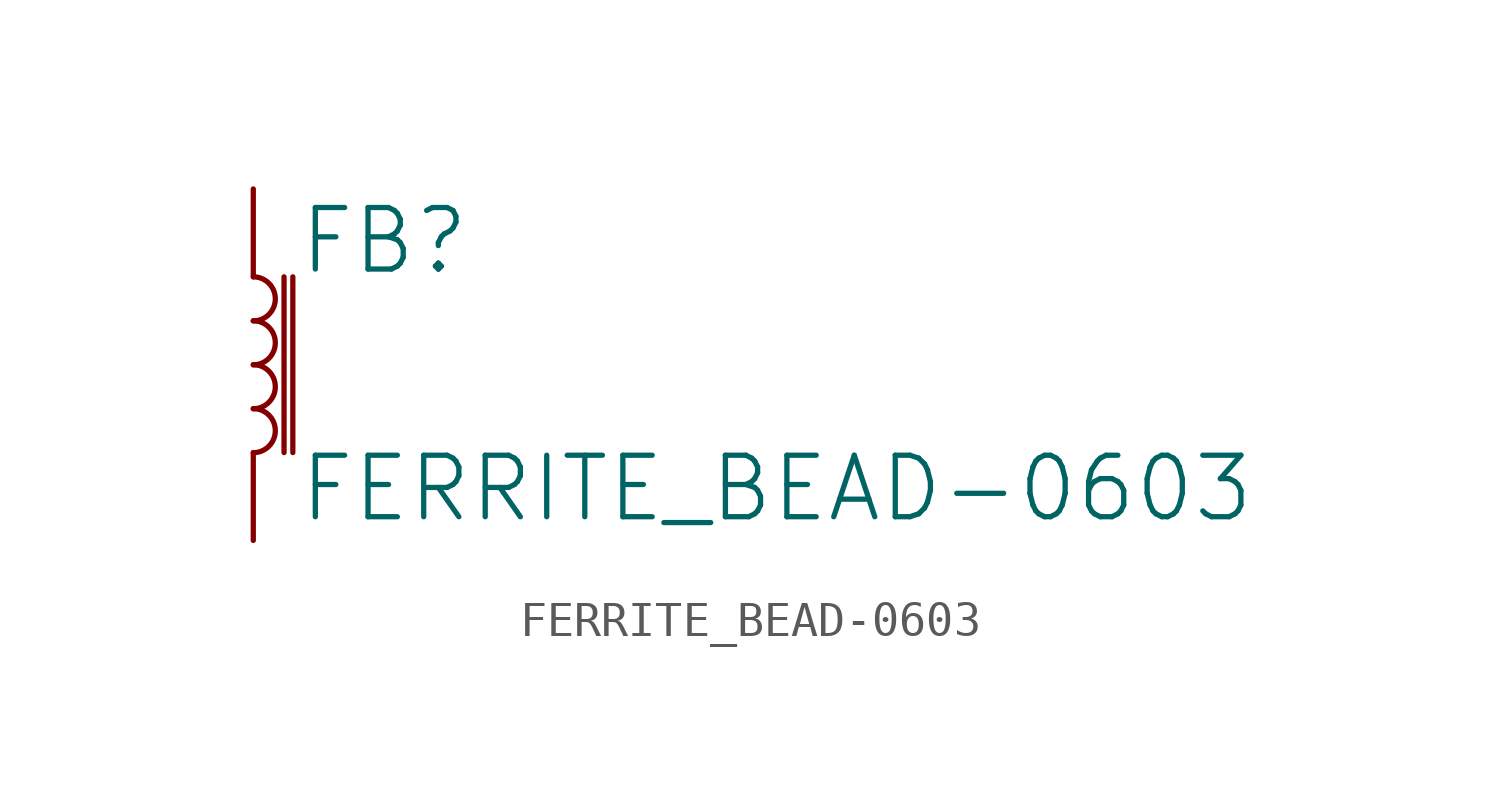
<source format=kicad_sym>
(kicad_symbol_lib
  (version 20211014)
  (generator kicad_symbol_editor)
  (symbol "FERRITE_BEAD-0603"
    (property "Reference" "FB"
      (at 1.27 2.54 0)
      (effects (font (size 1.778 1.778)) (justify left bottom)))
    (property "Value" "FERRITE_BEAD-0603"
      (at 1.27 -2.54 0)
      (effects (font (size 1.778 1.778)) (justify left top)))
    (property "ki_locked" ""
      (at 0 0 0)
      (effects (font (size 1.27 1.27))))
    (symbol "FERRITE_BEAD-0603_1_0"
      (arc (start 0 -2.54) (mid 0.635 -1.905) (end 0 -1.27) (stroke (width 0.1524) (type default) (color 0 0 0 0)) (fill (type none)))
      (arc (start 0 -1.27) (mid 0.635 -0.635) (end 0 0) (stroke (width 0.1524) (type default) (color 0 0 0 0)) (fill (type none)))
      (polyline (pts (xy 0.889 2.54) (xy 0.889 -2.54)) (stroke (width 0.152) (type default) (color 0 0 0 0)) (fill (type none)))
      (polyline (pts (xy 1.143 2.54) (xy 1.143 -2.54)) (stroke (width 0.152) (type default) (color 0 0 0 0)) (fill (type none)))
      (arc (start 0 0) (mid 0.635 0.635) (end 0 1.27) (stroke (width 0.1524) (type default) (color 0 0 0 0)) (fill (type none)))
      (arc (start 0 1.27) (mid 0.635 1.905) (end 0 2.54) (stroke (width 0.1524) (type default) (color 0 0 0 0)) (fill (type none)))
      (pin passive line (at 0 5.08 270) (length 2.54) (name "1" (effects (font (size 0 0)))) (number "1" (effects (font (size 0 0)))))
      (pin passive line (at 0 -5.08 90) (length 2.54) (name "2" (effects (font (size 0 0)))) (number "2" (effects (font (size 0 0))))))))
</source>
